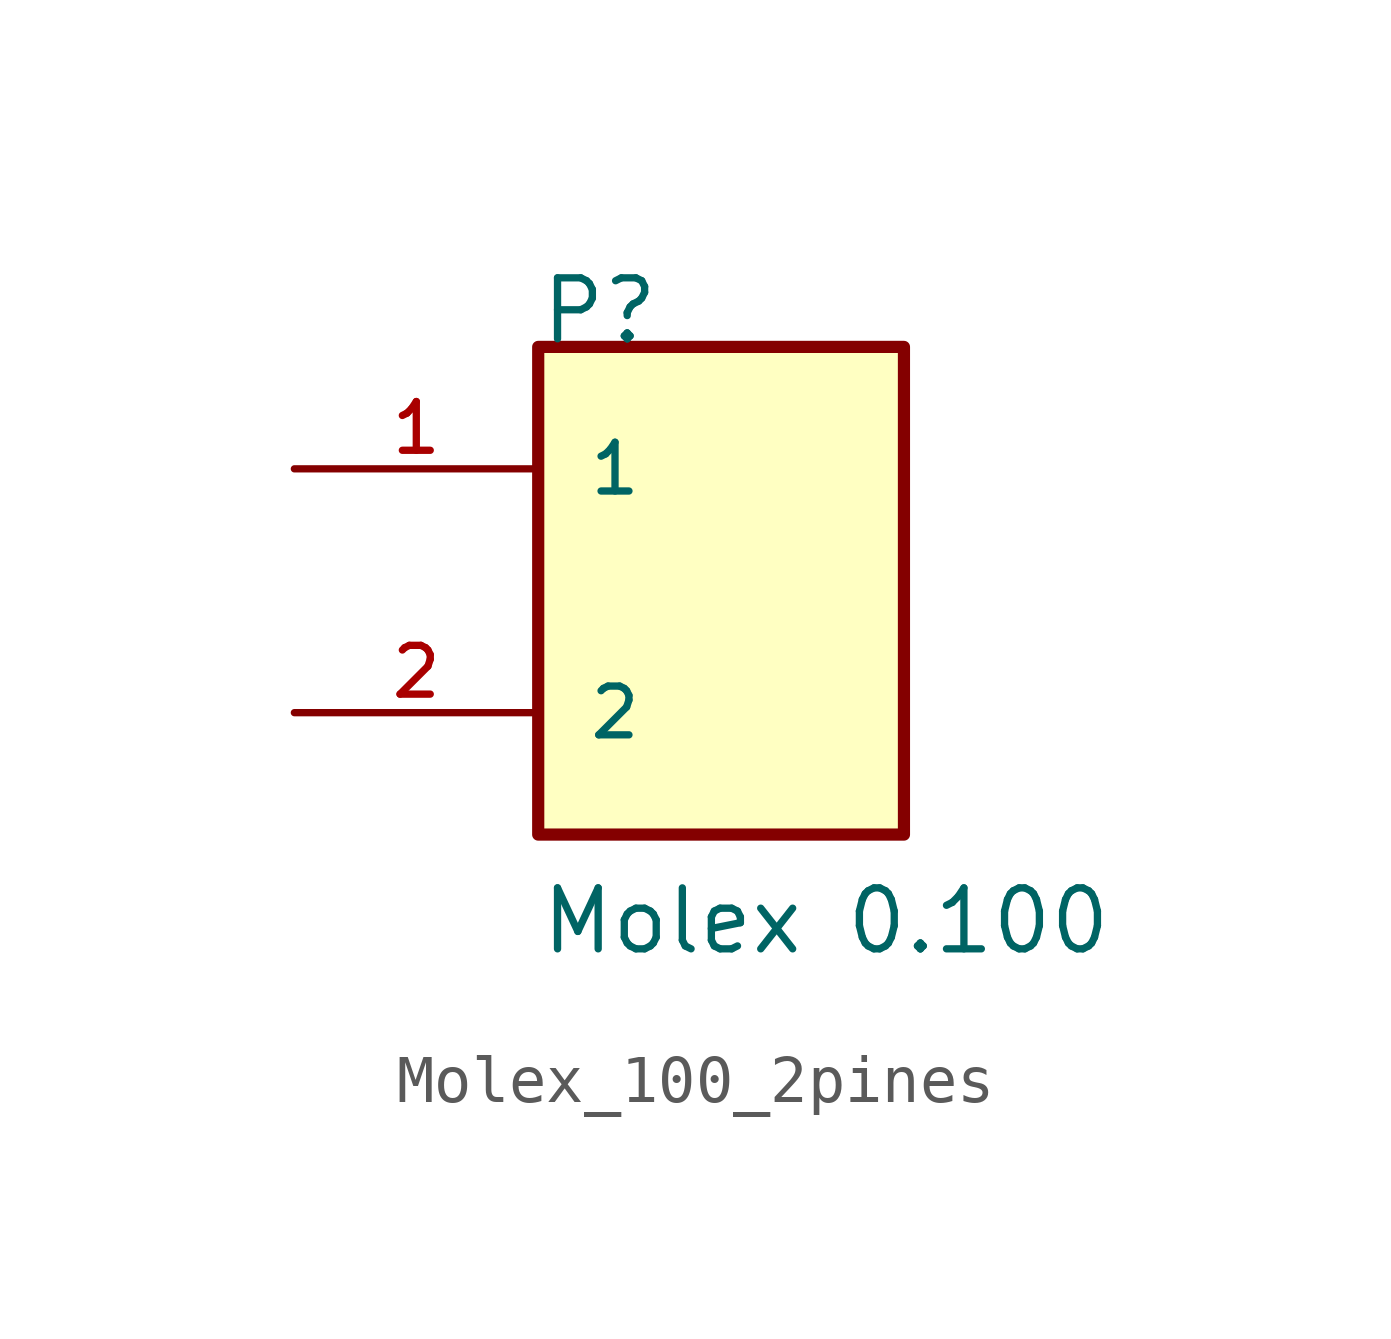
<source format=kicad_sym>
(kicad_symbol_lib
  (version 20220914)
  (generator kicad_symbol_editor)
  (symbol "Molex_100_2pines"
    (pin_names
      (offset 1.016))
    (property "Reference" "P"
      (at 0 5.086 0)
      (effects (font (size 1.27 1.27)) (justify left bottom)))
    (property "Value" "Molex 0.100"
      (at 0 -7.624 0)
      (effects (font (size 1.27 1.27)) (justify left bottom)))
    (symbol "Molex_100_2pines_0_0"
      (rectangle (start 0 5.08) (end 7.62 -5.08) (stroke (width 0.254) (type default)) (fill (type background)))
      (pin passive line (at -5.08 2.54 0) (length 5.08) (name "1" (effects (font (size 1.016 1.016)))) (number "1" (effects (font (size 1.016 1.016)))))
      (pin passive line (at -5.08 -2.54 0) (length 5.08) (name "2" (effects (font (size 1.016 1.016)))) (number "2" (effects (font (size 1.016 1.016))))))))
</source>
